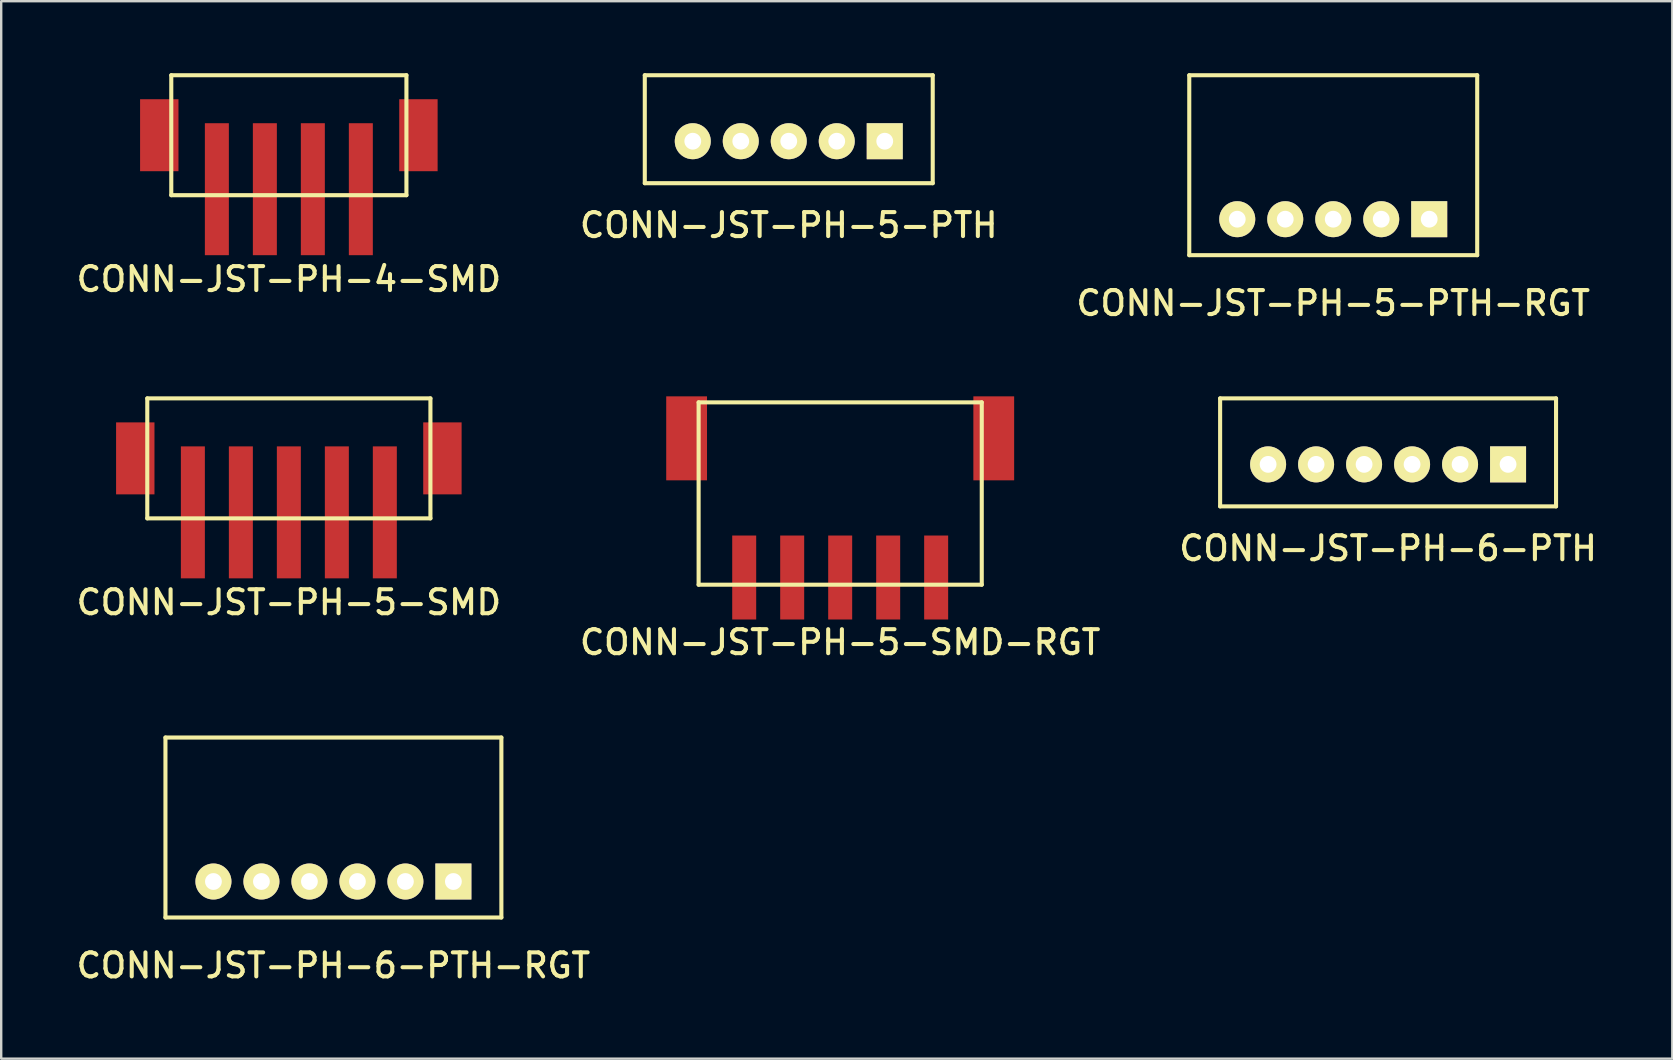
<source format=kicad_pcb>
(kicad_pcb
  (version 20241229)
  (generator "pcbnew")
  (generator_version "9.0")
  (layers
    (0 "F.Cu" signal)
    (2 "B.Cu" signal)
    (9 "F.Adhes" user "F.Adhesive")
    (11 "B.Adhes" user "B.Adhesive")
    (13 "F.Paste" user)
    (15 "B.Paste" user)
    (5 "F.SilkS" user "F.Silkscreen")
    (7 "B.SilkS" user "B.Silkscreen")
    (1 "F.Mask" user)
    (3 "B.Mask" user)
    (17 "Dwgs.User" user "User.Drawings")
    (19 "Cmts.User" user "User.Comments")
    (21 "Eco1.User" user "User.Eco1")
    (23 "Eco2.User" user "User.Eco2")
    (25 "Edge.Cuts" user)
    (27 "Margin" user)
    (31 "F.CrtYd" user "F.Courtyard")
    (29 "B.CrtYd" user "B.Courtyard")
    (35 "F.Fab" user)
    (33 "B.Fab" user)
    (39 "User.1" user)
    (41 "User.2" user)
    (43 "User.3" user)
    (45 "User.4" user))
  (footprint "CONN-JST-PH-5-PTH"
    (layer "F.Cu")
    (at 29.822 2.835)
    (property "Reference" "CONN-JST-PH-5-PTH" (at 0 3.5 0) (layer "F.SilkS") (effects (font (size 1 1) (thickness 0.17))))
    (attr through_hole)
    (fp_line (start -6 -2.75) (end 6 -2.75) (stroke (width 0.17) (type solid)) (layer "F.SilkS"))
    (fp_line (start -6 1.75) (end -6 -2.75) (stroke (width 0.17) (type solid)) (layer "F.SilkS"))
    (fp_line (start -6 1.75) (end 6 1.75) (stroke (width 0.17) (type solid)) (layer "F.SilkS"))
    (fp_line (start 6 1.75) (end 6 -2.75) (stroke (width 0.17) (type solid)) (layer "F.SilkS"))
    (pad "1" thru_hole rect (at 4 0) (size 1.5 1.5) (drill 0.7) (layers "*.Cu" "*.Mask" "F.SilkS"))
    (pad "2" thru_hole circle (at 2 0) (size 1.5 1.5) (drill 0.7) (layers "*.Cu" "*.Mask" "F.SilkS"))
    (pad "3" thru_hole circle (at 0 0) (size 1.5 1.5) (drill 0.7) (layers "*.Cu" "*.Mask" "F.SilkS"))
    (pad "4" thru_hole circle (at -2 0) (size 1.5 1.5) (drill 0.7) (layers "*.Cu" "*.Mask" "F.SilkS"))
    (pad "5" thru_hole circle (at -4 0) (size 1.5 1.5) (drill 0.7) (layers "*.Cu" "*.Mask" "F.SilkS")))
  (footprint "CONN-JST-PH-6-PTH"
    (layer "F.Cu")
    (at 54.799 16.303)
    (property "Reference" "CONN-JST-PH-6-PTH" (at 0 3.5 0) (layer "F.SilkS") (effects (font (size 1 1) (thickness 0.17))))
    (attr through_hole)
    (fp_line (start -7 -2.75) (end 7 -2.75) (stroke (width 0.17) (type solid)) (layer "F.SilkS"))
    (fp_line (start -7 1.75) (end -7 -2.75) (stroke (width 0.17) (type solid)) (layer "F.SilkS"))
    (fp_line (start -7 1.75) (end 7 1.75) (stroke (width 0.17) (type solid)) (layer "F.SilkS"))
    (fp_line (start 7 1.75) (end 7 -2.75) (stroke (width 0.17) (type solid)) (layer "F.SilkS"))
    (pad "1" thru_hole rect (at 5 0) (size 1.5 1.5) (drill 0.7) (layers "*.Cu" "*.Mask" "F.SilkS"))
    (pad "2" thru_hole circle (at 3 0) (size 1.5 1.5) (drill 0.7) (layers "*.Cu" "*.Mask" "F.SilkS"))
    (pad "3" thru_hole circle (at 1 0) (size 1.5 1.5) (drill 0.7) (layers "*.Cu" "*.Mask" "F.SilkS"))
    (pad "4" thru_hole circle (at -1 0) (size 1.5 1.5) (drill 0.7) (layers "*.Cu" "*.Mask" "F.SilkS"))
    (pad "5" thru_hole circle (at -3 0) (size 1.5 1.5) (drill 0.7) (layers "*.Cu" "*.Mask" "F.SilkS"))
    (pad "6" thru_hole circle (at -5 0) (size 1.5 1.5) (drill 0.7) (layers "*.Cu" "*.Mask" "F.SilkS")))
  (footprint "CONN-JST-PH-5-SMD"
    (layer "F.Cu")
    (at 8.988 21.053)
    (property "Reference" "CONN-JST-PH-5-SMD" (at 0 1 0) (layer "F.SilkS") (effects (font (size 1 1) (thickness 0.17))))
    (attr through_hole)
    (fp_line (start -5.9 -7.5) (end 5.9 -7.5) (stroke (width 0.17) (type solid)) (layer "F.SilkS"))
    (fp_line (start -5.9 -2.5) (end -5.9 -7.5) (stroke (width 0.17) (type solid)) (layer "F.SilkS"))
    (fp_line (start -5.9 -2.5) (end 5.9 -2.5) (stroke (width 0.17) (type solid)) (layer "F.SilkS"))
    (fp_line (start 5.9 -2.5) (end 5.9 -7.5) (stroke (width 0.17) (type solid)) (layer "F.SilkS"))
    (pad "1" smd rect (at -4 -2.75) (size 1 5.5) (layers "F.Cu" "F.Mask" "F.Paste"))
    (pad "2" smd rect (at -2 -2.75) (size 1 5.5) (layers "F.Cu" "F.Mask" "F.Paste"))
    (pad "3" smd rect (at 0 -2.75) (size 1 5.5) (layers "F.Cu" "F.Mask" "F.Paste"))
    (pad "4" smd rect (at 2 -2.75) (size 1 5.5) (layers "F.Cu" "F.Mask" "F.Paste"))
    (pad "5" smd rect (at 4 -2.75) (size 1 5.5) (layers "F.Cu" "F.Mask" "F.Paste"))
    (pad "M1" smd rect (at -6.4 -5) (size 1.6 3) (layers "F.Cu" "F.Mask" "F.Paste"))
    (pad "M2" smd rect (at 6.4 -5) (size 1.6 3) (layers "F.Cu" "F.Mask" "F.Paste")))
  (footprint "CONN-JST-PH-4-SMD"
    (layer "F.Cu")
    (at 8.988 7.585)
    (property "Reference" "CONN-JST-PH-4-SMD" (at 0 1 0) (layer "F.SilkS") (effects (font (size 1 1) (thickness 0.17))))
    (attr through_hole)
    (fp_line (start -4.9 -7.5) (end 4.9 -7.5) (stroke (width 0.17) (type solid)) (layer "F.SilkS"))
    (fp_line (start -4.9 -2.5) (end -4.9 -7.5) (stroke (width 0.17) (type solid)) (layer "F.SilkS"))
    (fp_line (start -4.9 -2.5) (end 4.9 -2.5) (stroke (width 0.17) (type solid)) (layer "F.SilkS"))
    (fp_line (start 4.9 -2.5) (end 4.9 -7.5) (stroke (width 0.17) (type solid)) (layer "F.SilkS"))
    (pad "1" smd rect (at -3 -2.75) (size 1 5.5) (layers "F.Cu" "F.Mask" "F.Paste"))
    (pad "2" smd rect (at -1 -2.75) (size 1 5.5) (layers "F.Cu" "F.Mask" "F.Paste"))
    (pad "3" smd rect (at 1 -2.75) (size 1 5.5) (layers "F.Cu" "F.Mask" "F.Paste"))
    (pad "4" smd rect (at 3 -2.75) (size 1 5.5) (layers "F.Cu" "F.Mask" "F.Paste"))
    (pad "M1" smd rect (at -5.4 -5) (size 1.6 3) (layers "F.Cu" "F.Mask" "F.Paste"))
    (pad "M2" smd rect (at 5.4 -5) (size 1.6 3) (layers "F.Cu" "F.Mask" "F.Paste")))
  (footprint "CONN-JST-PH-5-SMD-RGT"
    (layer "F.Cu")
    (at 31.965 13.718)
    (property "Reference" "CONN-JST-PH-5-SMD-RGT" (at 0 10 0) (layer "F.SilkS") (effects (font (size 1 1) (thickness 0.17))))
    (attr through_hole)
    (fp_line (start -5.9 0) (end 5.9 0) (stroke (width 0.17) (type solid)) (layer "F.SilkS"))
    (fp_line (start -5.9 7.6) (end -5.9 0) (stroke (width 0.17) (type solid)) (layer "F.SilkS"))
    (fp_line (start -5.9 7.6) (end 5.9 7.6) (stroke (width 0.17) (type solid)) (layer "F.SilkS"))
    (fp_line (start 5.9 7.6) (end 5.9 0) (stroke (width 0.17) (type solid)) (layer "F.SilkS"))
    (pad "1" smd rect (at 4 7.3) (size 1 3.5) (layers "F.Cu" "F.Mask" "F.Paste"))
    (pad "2" smd rect (at 2 7.3) (size 1 3.5) (layers "F.Cu" "F.Mask" "F.Paste"))
    (pad "3" smd rect (at 0 7.3) (size 1 3.5) (layers "F.Cu" "F.Mask" "F.Paste"))
    (pad "4" smd rect (at -2 7.3) (size 1 3.5) (layers "F.Cu" "F.Mask" "F.Paste"))
    (pad "5" smd rect (at -4 7.3) (size 1 3.5) (layers "F.Cu" "F.Mask" "F.Paste"))
    (pad "M1" smd rect (at 6.4 1.5) (size 1.7 3.5) (layers "F.Cu" "F.Mask" "F.Paste"))
    (pad "M2" smd rect (at -6.4 1.5) (size 1.7 3.5) (layers "F.Cu" "F.Mask" "F.Paste")))
  (footprint "CONN-JST-PH-6-PTH-RGT"
    (layer "F.Cu")
    (at 10.845 33.687)
    (property "Reference" "CONN-JST-PH-6-PTH-RGT" (at 0 3.5 0) (layer "F.SilkS") (effects (font (size 1 1) (thickness 0.17))))
    (attr through_hole)
    (fp_line (start -7 -6) (end 7 -6) (stroke (width 0.17) (type solid)) (layer "F.SilkS"))
    (fp_line (start -7 1.5) (end -7 -6) (stroke (width 0.17) (type solid)) (layer "F.SilkS"))
    (fp_line (start -7 1.5) (end 7 1.5) (stroke (width 0.17) (type solid)) (layer "F.SilkS"))
    (fp_line (start 7 1.5) (end 7 -6) (stroke (width 0.17) (type solid)) (layer "F.SilkS"))
    (pad "1" thru_hole rect (at 5 0) (size 1.5 1.5) (drill 0.7) (layers "*.Cu" "*.Mask" "F.SilkS"))
    (pad "2" thru_hole circle (at 3 0) (size 1.5 1.5) (drill 0.7) (layers "*.Cu" "*.Mask" "F.SilkS"))
    (pad "3" thru_hole circle (at 1 0) (size 1.5 1.5) (drill 0.7) (layers "*.Cu" "*.Mask" "F.SilkS"))
    (pad "4" thru_hole circle (at -1 0) (size 1.5 1.5) (drill 0.7) (layers "*.Cu" "*.Mask" "F.SilkS"))
    (pad "5" thru_hole circle (at -3 0) (size 1.5 1.5) (drill 0.7) (layers "*.Cu" "*.Mask" "F.SilkS"))
    (pad "6" thru_hole circle (at -5 0) (size 1.5 1.5) (drill 0.7) (layers "*.Cu" "*.Mask" "F.SilkS")))
  (footprint "CONN-JST-PH-5-PTH-RGT"
    (layer "F.Cu")
    (at 52.513 6.085)
    (property "Reference" "CONN-JST-PH-5-PTH-RGT" (at 0 3.5 0) (layer "F.SilkS") (effects (font (size 1 1) (thickness 0.17))))
    (attr through_hole)
    (fp_line (start -6 -6) (end 6 -6) (stroke (width 0.17) (type solid)) (layer "F.SilkS"))
    (fp_line (start -6 1.5) (end -6 -6) (stroke (width 0.17) (type solid)) (layer "F.SilkS"))
    (fp_line (start -6 1.5) (end 6 1.5) (stroke (width 0.17) (type solid)) (layer "F.SilkS"))
    (fp_line (start 6 1.5) (end 6 -6) (stroke (width 0.17) (type solid)) (layer "F.SilkS"))
    (pad "1" thru_hole rect (at 4 0) (size 1.5 1.5) (drill 0.7) (layers "*.Cu" "*.Mask" "F.SilkS"))
    (pad "2" thru_hole circle (at 2 0) (size 1.5 1.5) (drill 0.7) (layers "*.Cu" "*.Mask" "F.SilkS"))
    (pad "3" thru_hole circle (at 0 0) (size 1.5 1.5) (drill 0.7) (layers "*.Cu" "*.Mask" "F.SilkS"))
    (pad "4" thru_hole circle (at -2 0) (size 1.5 1.5) (drill 0.7) (layers "*.Cu" "*.Mask" "F.SilkS"))
    (pad "5" thru_hole circle (at -4 0) (size 1.5 1.5) (drill 0.7) (layers "*.Cu" "*.Mask" "F.SilkS")))
  (gr_rect
    (start -3 -3)
    (end 66.644 41.07)
    (stroke (width 0.1) (type default))
    (fill no)
    (layer "Edge.Cuts")))
</source>
